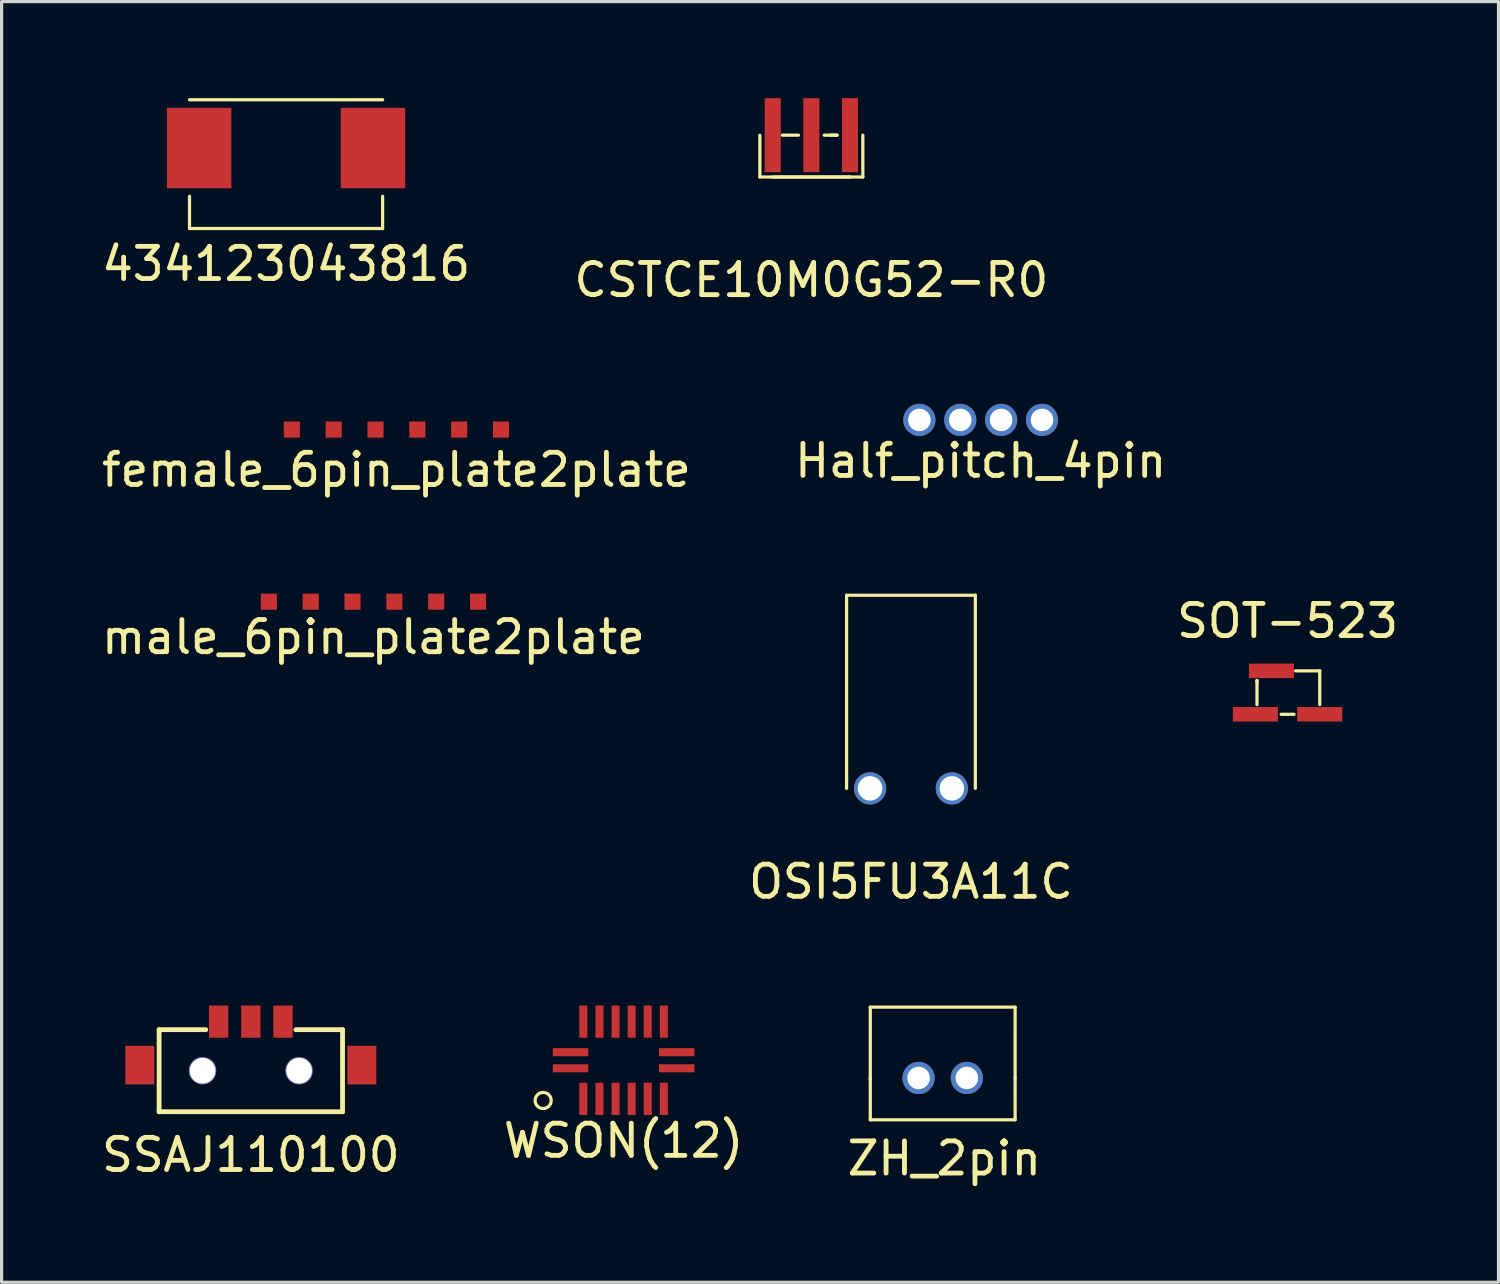
<source format=kicad_pcb>
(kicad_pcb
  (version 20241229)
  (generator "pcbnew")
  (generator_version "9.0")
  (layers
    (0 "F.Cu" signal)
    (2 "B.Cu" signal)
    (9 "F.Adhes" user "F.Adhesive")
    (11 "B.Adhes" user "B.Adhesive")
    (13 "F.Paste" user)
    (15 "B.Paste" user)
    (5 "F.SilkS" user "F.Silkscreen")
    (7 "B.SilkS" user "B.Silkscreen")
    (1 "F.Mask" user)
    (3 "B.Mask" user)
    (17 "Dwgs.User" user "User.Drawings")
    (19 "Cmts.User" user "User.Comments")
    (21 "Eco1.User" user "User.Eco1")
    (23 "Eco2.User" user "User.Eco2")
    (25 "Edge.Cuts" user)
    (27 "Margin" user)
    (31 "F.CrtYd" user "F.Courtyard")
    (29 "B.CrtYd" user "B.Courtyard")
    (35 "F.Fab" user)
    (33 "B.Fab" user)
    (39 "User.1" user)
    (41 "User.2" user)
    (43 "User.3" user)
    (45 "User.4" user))
  (footprint "CSTCE10M0G52-R0"
    (layer "F.Cu")
    (at 22.161 1.65)
    (property "Reference" "CSTCE10M0G52-R0" (at 0 4 0) (layer "F.SilkS") (effects (font (size 1 1) (thickness 0.15))))
    (attr through_hole)
    (fp_line (start -1.6 0.8) (end -1.6 -0.5) (stroke (width 0.1) (type solid)) (layer "F.SilkS"))
    (fp_line (start -1.2 0.8) (end 1.2 0.8) (stroke (width 0.1) (type solid)) (layer "F.SilkS"))
    (fp_line (start -0.9 -0.5) (end -0.4 -0.5) (stroke (width 0.1) (type solid)) (layer "F.SilkS"))
    (fp_line (start 0.4 -0.5) (end 0.8 -0.5) (stroke (width 0.1) (type solid)) (layer "F.SilkS"))
    (fp_line (start 0.8 -0.5) (end 0.6 -0.5) (stroke (width 0.1) (type solid)) (layer "F.SilkS"))
    (fp_line (start 1.2 0.8) (end -1.6 0.8) (stroke (width 0.1) (type solid)) (layer "F.SilkS"))
    (fp_line (start 1.6 -0.5) (end 1.6 0.8) (stroke (width 0.1) (type solid)) (layer "F.SilkS"))
    (fp_line (start 1.6 0.8) (end 1.2 0.8) (stroke (width 0.1) (type solid)) (layer "F.SilkS"))
    (pad "1" smd rect (at -1.2 -0.5) (size 0.5 2.3) (layers "F.Cu" "F.Mask" "F.Paste"))
    (pad "2" smd rect (at 0 -0.5) (size 0.5 2.3) (layers "F.Cu" "F.Mask" "F.Paste"))
    (pad "3" smd rect (at 1.2 -0.5) (size 0.5 2.3) (layers "F.Cu" "F.Mask" "F.Paste")))
  (footprint "female_6pin_plate2plate"
    (layer "F.Cu")
    (at 9.268 9.748)
    (property "Reference" "female_6pin_plate2plate" (at 0 1.8 0) (layer "F.SilkS") (effects (font (size 1 1) (thickness 0.15))))
    (attr through_hole)
    (pad "1" smd rect (at -3.25 0.55) (size 0.5 0.5) (layers "F.Cu" "F.Mask" "F.Paste"))
    (pad "2" smd rect (at -1.95 0.55) (size 0.5 0.5) (layers "F.Cu" "F.Mask" "F.Paste"))
    (pad "3" smd rect (at -0.65 0.55) (size 0.5 0.5) (layers "F.Cu" "F.Mask" "F.Paste"))
    (pad "4" smd rect (at 0.65 0.55) (size 0.5 0.5) (layers "F.Cu" "F.Mask" "F.Paste"))
    (pad "5" smd rect (at 1.95 0.55) (size 0.5 0.5) (layers "F.Cu" "F.Mask" "F.Paste"))
    (pad "6" smd rect (at 3.25 0.55) (size 0.5 0.5) (layers "F.Cu" "F.Mask" "F.Paste")))
  (footprint "SOT-523"
    (layer "F.Cu")
    (at 36.958 19.145)
    (property "Reference" "SOT-523" (at 0 -2.9 0) (layer "F.SilkS") (effects (font (size 1 1) (thickness 0.15))))
    (attr through_hole)
    (fp_line (start -0.95 -1.05) (end -0.95 -1) (stroke (width 0.1) (type solid)) (layer "F.SilkS"))
    (fp_line (start -0.95 -0.3) (end -0.95 -1.05) (stroke (width 0.1) (type solid)) (layer "F.SilkS"))
    (fp_line (start -0.2 0) (end 0.2 0) (stroke (width 0.1) (type solid)) (layer "F.SilkS"))
    (fp_line (start 0.25 -1.35) (end 1 -1.35) (stroke (width 0.1) (type solid)) (layer "F.SilkS"))
    (fp_line (start 1 -1.35) (end 1 -0.3) (stroke (width 0.1) (type solid)) (layer "F.SilkS"))
    (pad "1" smd rect (at -1 0) (size 1.4 0.45) (layers "F.Cu" "F.Mask" "F.Paste"))
    (pad "2" smd rect (at 1 0) (size 1.4 0.45) (layers "F.Cu" "F.Mask" "F.Paste"))
    (pad "3" smd rect (at -0.5 -1.35) (size 1.4 0.45) (layers "F.Cu" "F.Mask" "F.Paste")))
  (footprint "WSON(12)"
    (layer "F.Cu")
    (at 16.327 29.895)
    (property "Reference" "WSON(12)" (at 0 2.5 0) (layer "F.SilkS") (effects (font (size 1 1) (thickness 0.15))))
    (attr through_hole)
    (fp_circle (center -2.5 1.25) (end -2.25 1.25) (stroke (width 0.1) (type solid)) (fill no) (layer "F.SilkS"))
    (pad "1" smd rect (at -1.25 1.2) (size 0.25 1) (layers "F.Cu" "F.Mask" "F.Paste"))
    (pad "2" smd rect (at -0.75 1.2) (size 0.25 1) (layers "F.Cu" "F.Mask" "F.Paste"))
    (pad "3" smd rect (at -0.25 1.2) (size 0.25 1) (layers "F.Cu" "F.Mask" "F.Paste"))
    (pad "4" smd rect (at 0.25 1.2) (size 0.25 1) (layers "F.Cu" "F.Mask" "F.Paste"))
    (pad "5" smd rect (at 0.75 1.2) (size 0.25 1) (layers "F.Cu" "F.Mask" "F.Paste"))
    (pad "6" smd rect (at 1.25 1.2) (size 0.25 1) (layers "F.Cu" "F.Mask" "F.Paste"))
    (pad "7" smd rect (at 1.25 -1.2) (size 0.25 1) (layers "F.Cu" "F.Mask" "F.Paste"))
    (pad "8" smd rect (at 0.75 -1.2) (size 0.25 1) (layers "F.Cu" "F.Mask" "F.Paste"))
    (pad "9" smd rect (at 0.25 -1.2) (size 0.25 1) (layers "F.Cu" "F.Mask" "F.Paste"))
    (pad "10" smd rect (at -0.25 -1.2) (size 0.25 1) (layers "F.Cu" "F.Mask" "F.Paste"))
    (pad "11" smd rect (at -0.75 -1.2) (size 0.25 1) (layers "F.Cu" "F.Mask" "F.Paste"))
    (pad "12" smd rect (at -1.25 -1.2) (size 0.25 1) (layers "F.Cu" "F.Mask" "F.Paste"))
    (pad "13" smd rect (at -1.65 -0.25) (size 1.1 0.25) (layers "F.Cu" "F.Mask" "F.Paste"))
    (pad "13" smd rect (at -1.65 0.25) (size 1.1 0.25) (layers "F.Cu" "F.Mask" "F.Paste"))
    (pad "13" smd rect (at 1.65 -0.25) (size 1.1 0.25) (layers "F.Cu" "F.Mask" "F.Paste"))
    (pad "13" smd rect (at 1.65 0.25) (size 1.1 0.25) (layers "F.Cu" "F.Mask" "F.Paste")))
  (footprint "Half_pitch_4pin"
    (layer "F.Cu")
    (at 27.423 9.998)
    (property "Reference" "Half_pitch_4pin" (at 0 1.27 0) (layer "F.SilkS") (effects (font (size 1 1) (thickness 0.15))))
    (attr through_hole)
    (pad "1" thru_hole circle (at -1.905 0) (size 1 1) (drill 0.7) (layers "*.Cu" "*.Mask"))
    (pad "2" thru_hole circle (at -0.635 0) (size 1 1) (drill 0.7) (layers "*.Cu" "*.Mask"))
    (pad "3" thru_hole circle (at 0.635 0) (size 1 1) (drill 0.7) (layers "*.Cu" "*.Mask"))
    (pad "4" thru_hole circle (at 1.905 0) (size 1 1) (drill 0.7) (layers "*.Cu" "*.Mask")))
  (footprint "SSAJ110100"
    (layer "F.Cu")
    (at 4.744 30.295)
    (property "Reference" "SSAJ110100" (at 0 2.54 0) (layer "F.SilkS") (effects (font (size 1 1) (thickness 0.15))))
    (attr through_hole)
    (fp_line (start -2.85 -1.35) (end -2.85 1.2) (stroke (width 0.15) (type solid)) (layer "F.SilkS"))
    (fp_line (start -2.85 1.2) (end 2.85 1.2) (stroke (width 0.15) (type solid)) (layer "F.SilkS"))
    (fp_line (start -1.4 -1.35) (end -2.85 -1.35) (stroke (width 0.15) (type solid)) (layer "F.SilkS"))
    (fp_line (start 2.85 -1.35) (end 1.4 -1.35) (stroke (width 0.15) (type solid)) (layer "F.SilkS"))
    (fp_line (start 2.85 1.2) (end 2.85 -1.35) (stroke (width 0.15) (type solid)) (layer "F.SilkS"))
    (pad "" np_thru_hole circle (at -1.5 -0.075) (size 0.85 0.85) (drill 0.8) (layers "*.Cu" "*.Mask"))
    (pad "" np_thru_hole circle (at 1.5 -0.075) (size 0.85 0.85) (drill 0.8) (layers "*.Cu" "*.Mask"))
    (pad "1" smd rect (at -1 -1.6) (size 0.6 1) (layers "F.Cu" "F.Mask" "F.Paste"))
    (pad "2" smd rect (at 0 -1.6) (size 0.6 1) (layers "F.Cu" "F.Mask" "F.Paste"))
    (pad "3" smd rect (at 1 -1.6) (size 0.6 1) (layers "F.Cu" "F.Mask" "F.Paste"))
    (pad "4" smd rect (at 3.45 -0.25) (size 0.9 1.2) (layers "F.Cu" "F.Mask" "F.Paste"))
    (pad "5" smd rect (at -3.45 -0.25) (size 0.9 1.2) (layers "F.Cu" "F.Mask" "F.Paste")))
  (footprint "434123043816"
    (layer "F.Cu")
    (at 5.839 2.05)
    (property "Reference" "434123043816" (at 0 3.1 0) (layer "F.SilkS") (effects (font (size 1 1) (thickness 0.15))))
    (attr through_hole)
    (fp_line (start -3 -2) (end 3 -2) (stroke (width 0.1) (type solid)) (layer "F.SilkS"))
    (fp_line (start -3 1) (end -3 2) (stroke (width 0.1) (type solid)) (layer "F.SilkS"))
    (fp_line (start -3 2) (end 3 2) (stroke (width 0.1) (type solid)) (layer "F.SilkS"))
    (fp_line (start 3 2) (end 3 1) (stroke (width 0.1) (type solid)) (layer "F.SilkS"))
    (pad "1" smd rect (at 2.7 -0.5) (size 2 2.5) (layers "F.Cu" "F.Mask" "F.Paste"))
    (pad "2" smd rect (at -2.7 -0.5) (size 2 2.5) (layers "F.Cu" "F.Mask" "F.Paste")))
  (footprint "OSI5FU3A11C"
    (layer "F.Cu")
    (at 25.256 21.447)
    (property "Reference" "OSI5FU3A11C" (at 0 2.9 0) (layer "F.SilkS") (effects (font (size 1 1) (thickness 0.15))))
    (attr through_hole)
    (fp_line (start -2 -6) (end -2 0) (stroke (width 0.1) (type solid)) (layer "F.SilkS"))
    (fp_line (start 2 -6) (end -2 -6) (stroke (width 0.1) (type solid)) (layer "F.SilkS"))
    (fp_line (start 2 0) (end 2 -6) (stroke (width 0.1) (type solid)) (layer "F.SilkS"))
    (pad "1" thru_hole circle (at -1.27 0) (size 1 1) (drill 0.762) (layers "*.Cu" "*.Mask"))
    (pad "2" thru_hole circle (at 1.27 0) (size 1 1) (drill 0.762) (layers "*.Cu" "*.Mask")))
  (footprint "male_6pin_plate2plate"
    (layer "F.Cu")
    (at 8.554 15.646)
    (property "Reference" "male_6pin_plate2plate" (at 0 1.1 0) (layer "F.SilkS") (effects (font (size 1 1) (thickness 0.15))))
    (attr through_hole)
    (pad "1" smd rect (at -3.25 0) (size 0.5 0.5) (layers "F.Cu" "F.Mask" "F.Paste"))
    (pad "2" smd rect (at -1.95 0) (size 0.5 0.5) (layers "F.Cu" "F.Mask" "F.Paste"))
    (pad "3" smd rect (at -0.65 0) (size 0.5 0.5) (layers "F.Cu" "F.Mask" "F.Paste"))
    (pad "4" smd rect (at 0.65 0) (size 0.5 0.5) (layers "F.Cu" "F.Mask" "F.Paste"))
    (pad "5" smd rect (at 1.95 0) (size 0.5 0.5) (layers "F.Cu" "F.Mask" "F.Paste"))
    (pad "6" smd rect (at 3.25 0) (size 0.5 0.5) (layers "F.Cu" "F.Mask" "F.Paste")))
  (footprint "ZH_2pin"
    (layer "F.Cu")
    (at 26.242 30.445)
    (property "Reference" "ZH_2pin" (at 0.05 2.5 0) (layer "F.SilkS") (effects (font (size 1 1) (thickness 0.15))))
    (attr through_hole)
    (fp_line (start -2.25 -2.2) (end -2.25 0.05) (stroke (width 0.1) (type solid)) (layer "F.SilkS"))
    (fp_line (start -2.25 0) (end -2.25 1.3) (stroke (width 0.1) (type solid)) (layer "F.SilkS"))
    (fp_line (start -2.25 1.3) (end 2.25 1.3) (stroke (width 0.1) (type solid)) (layer "F.SilkS"))
    (fp_line (start 2.25 -2.2) (end -2.25 -2.2) (stroke (width 0.1) (type solid)) (layer "F.SilkS"))
    (fp_line (start 2.25 0) (end 2.25 -2.2) (stroke (width 0.1) (type solid)) (layer "F.SilkS"))
    (fp_line (start 2.25 0) (end 2.25 1.3) (stroke (width 0.1) (type solid)) (layer "F.SilkS"))
    (pad "1" thru_hole circle (at 0.75 0) (size 1 1) (drill 0.7) (layers "*.Cu" "*.Mask"))
    (pad "2" thru_hole circle (at -0.75 0) (size 1 1) (drill 0.7) (layers "*.Cu" "*.Mask")))
  (gr_rect
    (start -3 -3)
    (end 43.512 36.793)
    (stroke (width 0.1) (type default))
    (fill no)
    (layer "Edge.Cuts")))
</source>
